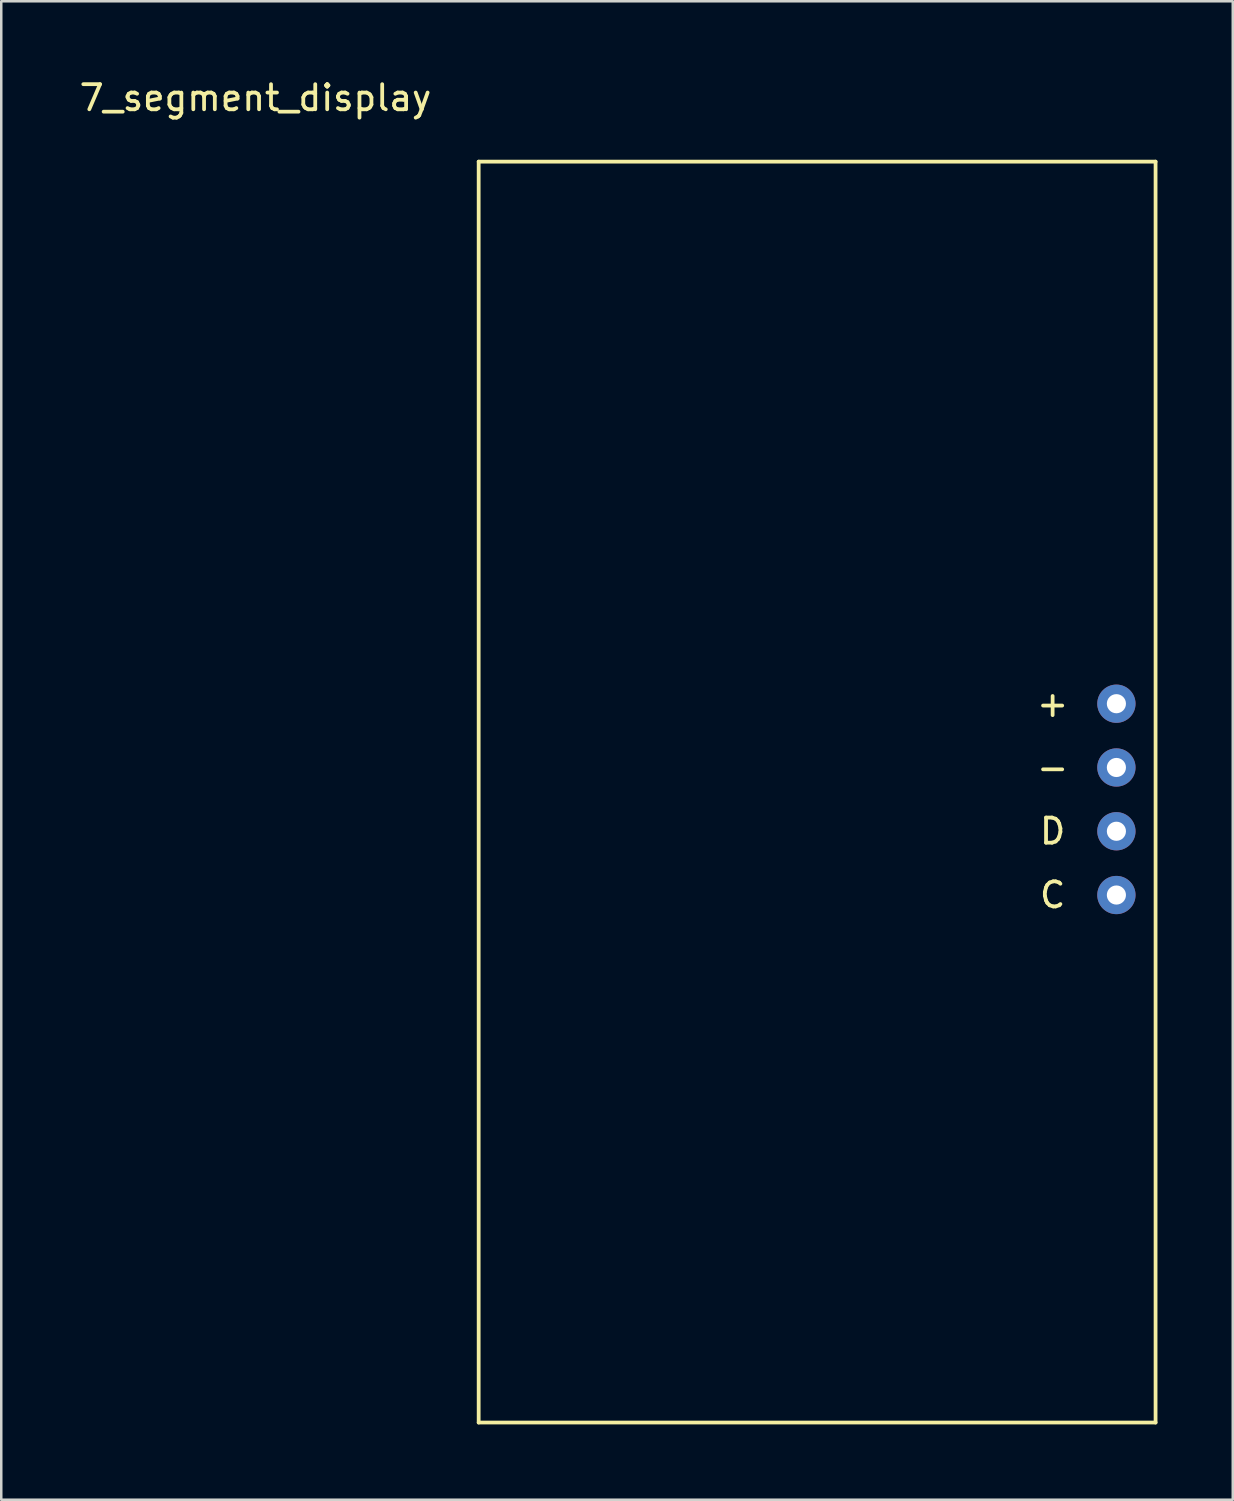
<source format=kicad_pcb>
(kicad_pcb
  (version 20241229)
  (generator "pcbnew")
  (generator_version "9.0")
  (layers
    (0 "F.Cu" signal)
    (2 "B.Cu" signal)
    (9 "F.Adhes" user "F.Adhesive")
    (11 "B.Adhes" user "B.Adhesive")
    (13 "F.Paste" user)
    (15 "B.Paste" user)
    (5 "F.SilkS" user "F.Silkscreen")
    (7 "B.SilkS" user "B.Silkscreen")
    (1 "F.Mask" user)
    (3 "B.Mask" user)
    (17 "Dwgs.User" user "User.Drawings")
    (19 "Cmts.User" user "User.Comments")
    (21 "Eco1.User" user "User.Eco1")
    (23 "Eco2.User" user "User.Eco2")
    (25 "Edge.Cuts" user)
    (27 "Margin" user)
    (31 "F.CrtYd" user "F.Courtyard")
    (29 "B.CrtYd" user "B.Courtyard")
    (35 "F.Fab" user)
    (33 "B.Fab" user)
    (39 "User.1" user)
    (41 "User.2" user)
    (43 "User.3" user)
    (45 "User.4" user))
  (footprint "7_segment_display"
    (layer "F.Cu")
    (at 16.015 3.388)
    (property "Reference" "7_segment_display" (at -8.89 -2.54 0) (layer "F.SilkS") (effects (font (size 1 1) (thickness 0.15))))
    (attr through_hole)
    (fp_line (start 0 0) (end 0 50.22) (stroke (width 0.15) (type solid)) (layer "F.SilkS"))
    (fp_line (start 0 0) (end 26.96 0) (stroke (width 0.15) (type solid)) (layer "F.SilkS"))
    (fp_line (start 0 50.22) (end 26.96 50.22) (stroke (width 0.15) (type solid)) (layer "F.SilkS"))
    (fp_line (start 26.96 0) (end 26.96 50.22) (stroke (width 0.15) (type solid)) (layer "F.SilkS"))
    (fp_text user "D" (at 22.86 26.67 0) (layer "F.SilkS") (effects (font (size 1 1) (thickness 0.15))))
    (fp_text user "+" (at 22.86 21.59 0) (layer "F.SilkS") (effects (font (size 1 1) (thickness 0.15))))
    (fp_text user "-" (at 22.86 24.13 0) (layer "F.SilkS") (effects (font (size 1 1) (thickness 0.15))))
    (fp_text user "C" (at 22.86 29.21 0) (layer "F.SilkS") (effects (font (size 1 1) (thickness 0.15))))
    (pad "1" thru_hole circle (at 25.4 21.59) (size 1.524 1.524) (drill 0.762) (layers "*.Cu" "*.Mask"))
    (pad "2" thru_hole circle (at 25.4 24.13) (size 1.524 1.524) (drill 0.762) (layers "*.Cu" "*.Mask"))
    (pad "3" thru_hole circle (at 25.4 26.67) (size 1.524 1.524) (drill 0.762) (layers "*.Cu" "*.Mask"))
    (pad "4" thru_hole circle (at 25.4 29.21) (size 1.524 1.524) (drill 0.762) (layers "*.Cu" "*.Mask")))
  (gr_rect
    (start -3 -3)
    (end 46.05 56.683)
    (stroke (width 0.1) (type default))
    (fill no)
    (layer "Edge.Cuts")))
</source>
